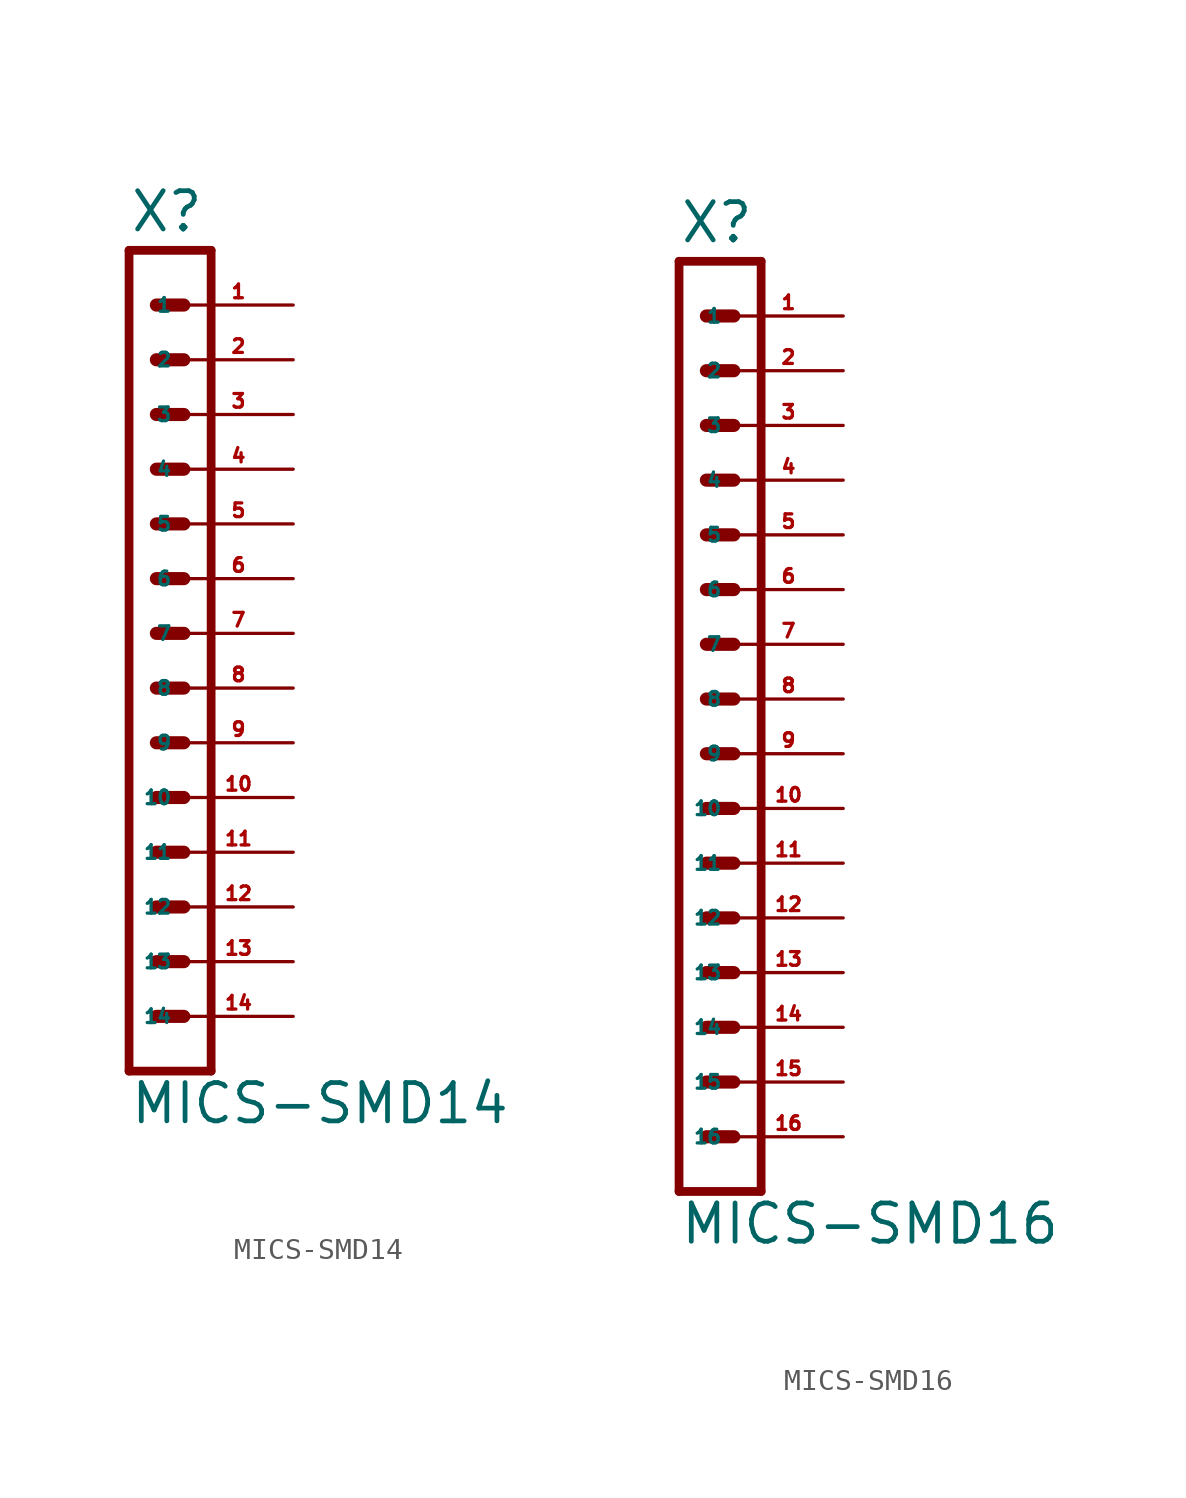
<source format=kicad_sym>
(kicad_symbol_lib
  (version 20220914)
  (generator Eagle2Kicad)
  (symbol "MICS-SMD14"
    (property "Reference" "X"
      (at -2.54 18.542 0)
      (effects (font (size 1.778 1.778) (thickness 0.22)) (justify left bottom)))
    (property "Value" "MICS-SMD14"
      (at -2.54 -22.86 0)
      (effects (font (size 1.778 1.778) (thickness 0.22)) (justify left bottom)))
    (polyline
      (pts (xy 1.27 -20.32) (xy -2.54 -20.32))
      (stroke (width 0.406) (type default))
      (fill (type none)))
    (polyline
      (pts (xy -1.27 12.7) (xy 0 12.7))
      (stroke (width 0.61) (type default))
      (fill (type none)))
    (polyline
      (pts (xy -1.27 10.16) (xy 0 10.16))
      (stroke (width 0.61) (type default))
      (fill (type none)))
    (polyline
      (pts (xy -1.27 7.62) (xy 0 7.62))
      (stroke (width 0.61) (type default))
      (fill (type none)))
    (polyline
      (pts (xy -2.54 17.78) (xy -2.54 -20.32))
      (stroke (width 0.406) (type default))
      (fill (type none)))
    (polyline
      (pts (xy 1.27 -20.32) (xy 1.27 17.78))
      (stroke (width 0.406) (type default))
      (fill (type none)))
    (polyline
      (pts (xy -2.54 17.78) (xy 1.27 17.78))
      (stroke (width 0.406) (type default))
      (fill (type none)))
    (polyline
      (pts (xy -1.27 15.24) (xy 0 15.24))
      (stroke (width 0.61) (type default))
      (fill (type none)))
    (polyline
      (pts (xy -1.27 5.08) (xy 0 5.08))
      (stroke (width 0.61) (type default))
      (fill (type none)))
    (polyline
      (pts (xy -1.27 2.54) (xy 0 2.54))
      (stroke (width 0.61) (type default))
      (fill (type none)))
    (polyline
      (pts (xy -1.27 0) (xy 0 0))
      (stroke (width 0.61) (type default))
      (fill (type none)))
    (polyline
      (pts (xy -1.27 -2.54) (xy 0 -2.54))
      (stroke (width 0.61) (type default))
      (fill (type none)))
    (polyline
      (pts (xy -1.27 -5.08) (xy 0 -5.08))
      (stroke (width 0.61) (type default))
      (fill (type none)))
    (polyline
      (pts (xy -1.27 -7.62) (xy 0 -7.62))
      (stroke (width 0.61) (type default))
      (fill (type none)))
    (polyline
      (pts (xy -1.27 -10.16) (xy 0 -10.16))
      (stroke (width 0.61) (type default))
      (fill (type none)))
    (polyline
      (pts (xy -1.27 -12.7) (xy 0 -12.7))
      (stroke (width 0.61) (type default))
      (fill (type none)))
    (polyline
      (pts (xy -1.27 -15.24) (xy 0 -15.24))
      (stroke (width 0.61) (type default))
      (fill (type none)))
    (polyline
      (pts (xy -1.27 -17.78) (xy 0 -17.78))
      (stroke (width 0.61) (type default))
      (fill (type none)))
    (pin passive line
      (at 5.08 15.24 180)
      (length 5.08)
      (name "1" (effects (font (size 0.635 0.635) (thickness 0.08)) (justify left bottom)))
      (number "1" (effects (font (size 0.635 0.635) (thickness 0.08)) (justify left bottom))))
    (pin passive line
      (at 5.08 12.7 180)
      (length 5.08)
      (name "2" (effects (font (size 0.635 0.635) (thickness 0.08)) (justify left bottom)))
      (number "2" (effects (font (size 0.635 0.635) (thickness 0.08)) (justify left bottom))))
    (pin passive line
      (at 5.08 10.16 180)
      (length 5.08)
      (name "3" (effects (font (size 0.635 0.635) (thickness 0.08)) (justify left bottom)))
      (number "3" (effects (font (size 0.635 0.635) (thickness 0.08)) (justify left bottom))))
    (pin passive line
      (at 5.08 7.62 180)
      (length 5.08)
      (name "4" (effects (font (size 0.635 0.635) (thickness 0.08)) (justify left bottom)))
      (number "4" (effects (font (size 0.635 0.635) (thickness 0.08)) (justify left bottom))))
    (pin passive line
      (at 5.08 5.08 180)
      (length 5.08)
      (name "5" (effects (font (size 0.635 0.635) (thickness 0.08)) (justify left bottom)))
      (number "5" (effects (font (size 0.635 0.635) (thickness 0.08)) (justify left bottom))))
    (pin passive line
      (at 5.08 2.54 180)
      (length 5.08)
      (name "6" (effects (font (size 0.635 0.635) (thickness 0.08)) (justify left bottom)))
      (number "6" (effects (font (size 0.635 0.635) (thickness 0.08)) (justify left bottom))))
    (pin passive line
      (at 5.08 0 180)
      (length 5.08)
      (name "7" (effects (font (size 0.635 0.635) (thickness 0.08)) (justify left bottom)))
      (number "7" (effects (font (size 0.635 0.635) (thickness 0.08)) (justify left bottom))))
    (pin passive line
      (at 5.08 -2.54 180)
      (length 5.08)
      (name "8" (effects (font (size 0.635 0.635) (thickness 0.08)) (justify left bottom)))
      (number "8" (effects (font (size 0.635 0.635) (thickness 0.08)) (justify left bottom))))
    (pin passive line
      (at 5.08 -5.08 180)
      (length 5.08)
      (name "9" (effects (font (size 0.635 0.635) (thickness 0.08)) (justify left bottom)))
      (number "9" (effects (font (size 0.635 0.635) (thickness 0.08)) (justify left bottom))))
    (pin passive line
      (at 5.08 -7.62 180)
      (length 5.08)
      (name "10" (effects (font (size 0.635 0.635) (thickness 0.08)) (justify left bottom)))
      (number "10" (effects (font (size 0.635 0.635) (thickness 0.08)) (justify left bottom))))
    (pin passive line
      (at 5.08 -10.16 180)
      (length 5.08)
      (name "11" (effects (font (size 0.635 0.635) (thickness 0.08)) (justify left bottom)))
      (number "11" (effects (font (size 0.635 0.635) (thickness 0.08)) (justify left bottom))))
    (pin passive line
      (at 5.08 -12.7 180)
      (length 5.08)
      (name "12" (effects (font (size 0.635 0.635) (thickness 0.08)) (justify left bottom)))
      (number "12" (effects (font (size 0.635 0.635) (thickness 0.08)) (justify left bottom))))
    (pin passive line
      (at 5.08 -15.24 180)
      (length 5.08)
      (name "13" (effects (font (size 0.635 0.635) (thickness 0.08)) (justify left bottom)))
      (number "13" (effects (font (size 0.635 0.635) (thickness 0.08)) (justify left bottom))))
    (pin passive line
      (at 5.08 -17.78 180)
      (length 5.08)
      (name "14" (effects (font (size 0.635 0.635) (thickness 0.08)) (justify left bottom)))
      (number "14" (effects (font (size 0.635 0.635) (thickness 0.08)) (justify left bottom)))))
  (symbol "MICS-SMD16"
    (property "Reference" "X"
      (at -2.54 21.082 0)
      (effects (font (size 1.778 1.778) (thickness 0.22)) (justify left bottom)))
    (property "Value" "MICS-SMD16"
      (at -2.54 -25.4 0)
      (effects (font (size 1.778 1.778) (thickness 0.22)) (justify left bottom)))
    (polyline
      (pts (xy 1.27 -22.86) (xy -2.54 -22.86))
      (stroke (width 0.406) (type default))
      (fill (type none)))
    (polyline
      (pts (xy -1.27 15.24) (xy 0 15.24))
      (stroke (width 0.61) (type default))
      (fill (type none)))
    (polyline
      (pts (xy -1.27 12.7) (xy 0 12.7))
      (stroke (width 0.61) (type default))
      (fill (type none)))
    (polyline
      (pts (xy -1.27 10.16) (xy 0 10.16))
      (stroke (width 0.61) (type default))
      (fill (type none)))
    (polyline
      (pts (xy -2.54 20.32) (xy -2.54 -22.86))
      (stroke (width 0.406) (type default))
      (fill (type none)))
    (polyline
      (pts (xy 1.27 -22.86) (xy 1.27 20.32))
      (stroke (width 0.406) (type default))
      (fill (type none)))
    (polyline
      (pts (xy -2.54 20.32) (xy 1.27 20.32))
      (stroke (width 0.406) (type default))
      (fill (type none)))
    (polyline
      (pts (xy -1.27 17.78) (xy 0 17.78))
      (stroke (width 0.61) (type default))
      (fill (type none)))
    (polyline
      (pts (xy -1.27 7.62) (xy 0 7.62))
      (stroke (width 0.61) (type default))
      (fill (type none)))
    (polyline
      (pts (xy -1.27 5.08) (xy 0 5.08))
      (stroke (width 0.61) (type default))
      (fill (type none)))
    (polyline
      (pts (xy -1.27 2.54) (xy 0 2.54))
      (stroke (width 0.61) (type default))
      (fill (type none)))
    (polyline
      (pts (xy -1.27 0) (xy 0 0))
      (stroke (width 0.61) (type default))
      (fill (type none)))
    (polyline
      (pts (xy -1.27 -2.54) (xy 0 -2.54))
      (stroke (width 0.61) (type default))
      (fill (type none)))
    (polyline
      (pts (xy -1.27 -5.08) (xy 0 -5.08))
      (stroke (width 0.61) (type default))
      (fill (type none)))
    (polyline
      (pts (xy -1.27 -7.62) (xy 0 -7.62))
      (stroke (width 0.61) (type default))
      (fill (type none)))
    (polyline
      (pts (xy -1.27 -10.16) (xy 0 -10.16))
      (stroke (width 0.61) (type default))
      (fill (type none)))
    (polyline
      (pts (xy -1.27 -12.7) (xy 0 -12.7))
      (stroke (width 0.61) (type default))
      (fill (type none)))
    (polyline
      (pts (xy -1.27 -15.24) (xy 0 -15.24))
      (stroke (width 0.61) (type default))
      (fill (type none)))
    (polyline
      (pts (xy -1.27 -17.78) (xy 0 -17.78))
      (stroke (width 0.61) (type default))
      (fill (type none)))
    (polyline
      (pts (xy -1.27 -20.32) (xy 0 -20.32))
      (stroke (width 0.61) (type default))
      (fill (type none)))
    (pin passive line
      (at 5.08 17.78 180)
      (length 5.08)
      (name "1" (effects (font (size 0.635 0.635) (thickness 0.08)) (justify left bottom)))
      (number "1" (effects (font (size 0.635 0.635) (thickness 0.08)) (justify left bottom))))
    (pin passive line
      (at 5.08 15.24 180)
      (length 5.08)
      (name "2" (effects (font (size 0.635 0.635) (thickness 0.08)) (justify left bottom)))
      (number "2" (effects (font (size 0.635 0.635) (thickness 0.08)) (justify left bottom))))
    (pin passive line
      (at 5.08 12.7 180)
      (length 5.08)
      (name "3" (effects (font (size 0.635 0.635) (thickness 0.08)) (justify left bottom)))
      (number "3" (effects (font (size 0.635 0.635) (thickness 0.08)) (justify left bottom))))
    (pin passive line
      (at 5.08 10.16 180)
      (length 5.08)
      (name "4" (effects (font (size 0.635 0.635) (thickness 0.08)) (justify left bottom)))
      (number "4" (effects (font (size 0.635 0.635) (thickness 0.08)) (justify left bottom))))
    (pin passive line
      (at 5.08 7.62 180)
      (length 5.08)
      (name "5" (effects (font (size 0.635 0.635) (thickness 0.08)) (justify left bottom)))
      (number "5" (effects (font (size 0.635 0.635) (thickness 0.08)) (justify left bottom))))
    (pin passive line
      (at 5.08 5.08 180)
      (length 5.08)
      (name "6" (effects (font (size 0.635 0.635) (thickness 0.08)) (justify left bottom)))
      (number "6" (effects (font (size 0.635 0.635) (thickness 0.08)) (justify left bottom))))
    (pin passive line
      (at 5.08 2.54 180)
      (length 5.08)
      (name "7" (effects (font (size 0.635 0.635) (thickness 0.08)) (justify left bottom)))
      (number "7" (effects (font (size 0.635 0.635) (thickness 0.08)) (justify left bottom))))
    (pin passive line
      (at 5.08 0 180)
      (length 5.08)
      (name "8" (effects (font (size 0.635 0.635) (thickness 0.08)) (justify left bottom)))
      (number "8" (effects (font (size 0.635 0.635) (thickness 0.08)) (justify left bottom))))
    (pin passive line
      (at 5.08 -2.54 180)
      (length 5.08)
      (name "9" (effects (font (size 0.635 0.635) (thickness 0.08)) (justify left bottom)))
      (number "9" (effects (font (size 0.635 0.635) (thickness 0.08)) (justify left bottom))))
    (pin passive line
      (at 5.08 -5.08 180)
      (length 5.08)
      (name "10" (effects (font (size 0.635 0.635) (thickness 0.08)) (justify left bottom)))
      (number "10" (effects (font (size 0.635 0.635) (thickness 0.08)) (justify left bottom))))
    (pin passive line
      (at 5.08 -7.62 180)
      (length 5.08)
      (name "11" (effects (font (size 0.635 0.635) (thickness 0.08)) (justify left bottom)))
      (number "11" (effects (font (size 0.635 0.635) (thickness 0.08)) (justify left bottom))))
    (pin passive line
      (at 5.08 -10.16 180)
      (length 5.08)
      (name "12" (effects (font (size 0.635 0.635) (thickness 0.08)) (justify left bottom)))
      (number "12" (effects (font (size 0.635 0.635) (thickness 0.08)) (justify left bottom))))
    (pin passive line
      (at 5.08 -12.7 180)
      (length 5.08)
      (name "13" (effects (font (size 0.635 0.635) (thickness 0.08)) (justify left bottom)))
      (number "13" (effects (font (size 0.635 0.635) (thickness 0.08)) (justify left bottom))))
    (pin passive line
      (at 5.08 -15.24 180)
      (length 5.08)
      (name "14" (effects (font (size 0.635 0.635) (thickness 0.08)) (justify left bottom)))
      (number "14" (effects (font (size 0.635 0.635) (thickness 0.08)) (justify left bottom))))
    (pin passive line
      (at 5.08 -17.78 180)
      (length 5.08)
      (name "15" (effects (font (size 0.635 0.635) (thickness 0.08)) (justify left bottom)))
      (number "15" (effects (font (size 0.635 0.635) (thickness 0.08)) (justify left bottom))))
    (pin passive line
      (at 5.08 -20.32 180)
      (length 5.08)
      (name "16" (effects (font (size 0.635 0.635) (thickness 0.08)) (justify left bottom)))
      (number "16" (effects (font (size 0.635 0.635) (thickness 0.08)) (justify left bottom))))))
</source>
